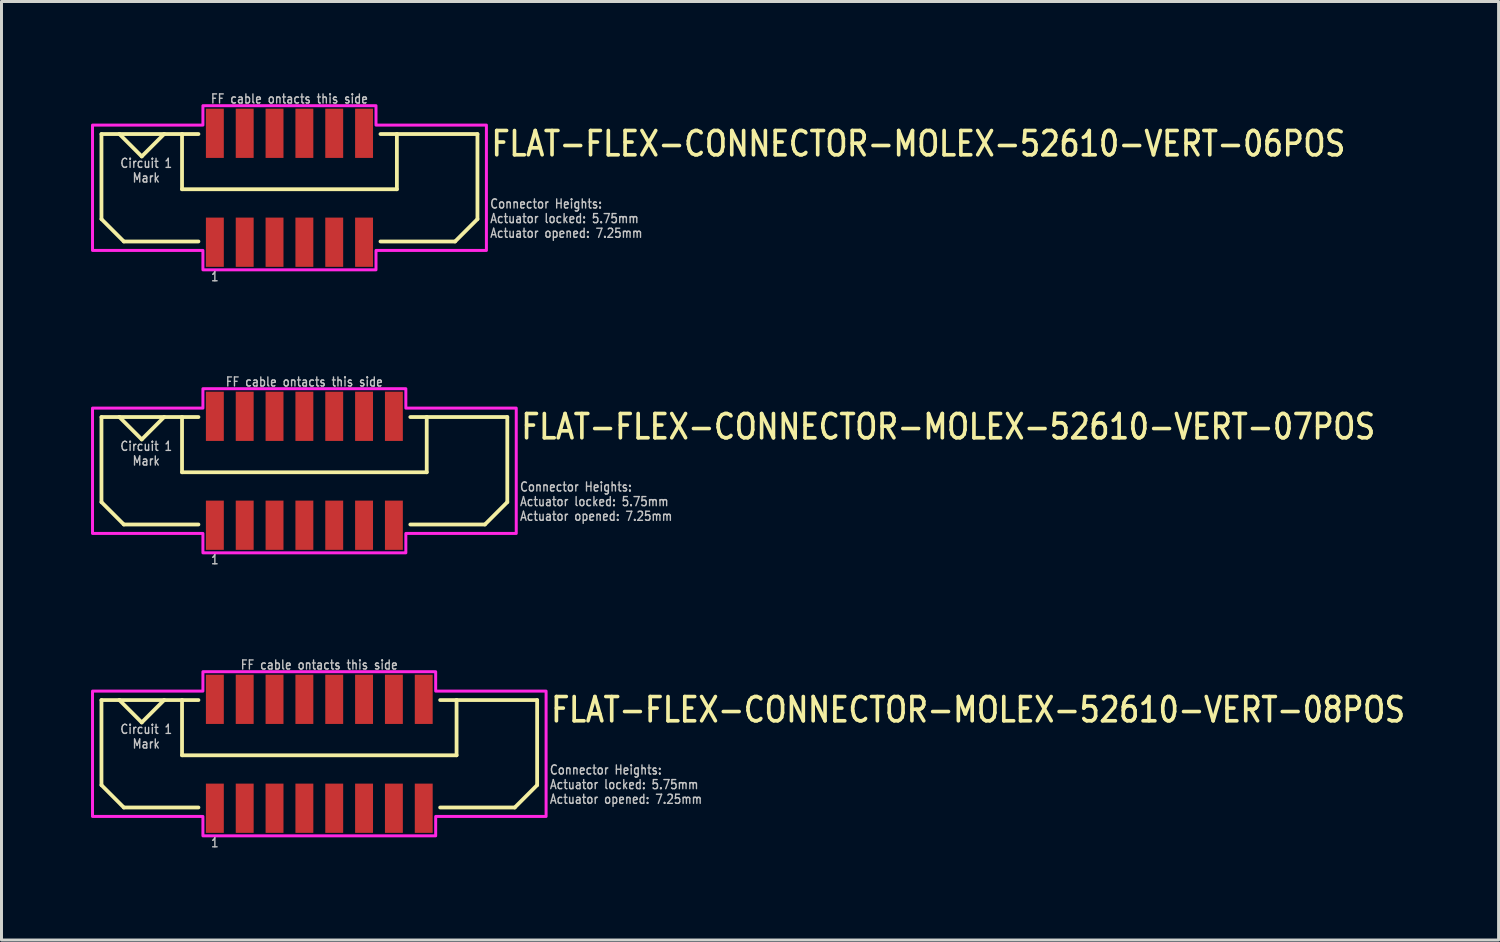
<source format=kicad_pcb>
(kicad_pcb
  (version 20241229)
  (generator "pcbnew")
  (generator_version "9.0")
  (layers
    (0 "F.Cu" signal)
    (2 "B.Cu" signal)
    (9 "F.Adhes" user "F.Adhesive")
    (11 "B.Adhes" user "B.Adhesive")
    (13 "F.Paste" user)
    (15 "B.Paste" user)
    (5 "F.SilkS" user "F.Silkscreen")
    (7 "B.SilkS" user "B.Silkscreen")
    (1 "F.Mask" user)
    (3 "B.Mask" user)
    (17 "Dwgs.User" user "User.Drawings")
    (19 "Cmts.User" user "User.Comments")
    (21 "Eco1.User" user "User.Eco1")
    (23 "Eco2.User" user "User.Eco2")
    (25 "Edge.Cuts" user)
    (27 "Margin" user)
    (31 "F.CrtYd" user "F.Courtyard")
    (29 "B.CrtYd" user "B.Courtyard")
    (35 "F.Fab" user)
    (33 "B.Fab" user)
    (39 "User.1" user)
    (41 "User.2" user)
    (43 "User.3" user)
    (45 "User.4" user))
  (footprint "FLAT-FLEX-CONNECTOR-MOLEX-52610-VERT-08POS"
    (layer "F.Cu")
    (at 7.65 22.21)
    (property "Reference" "FLAT-FLEX-CONNECTOR-MOLEX-52610-VERT-08POS" (at 7.7 -1 0) (unlocked yes) (layer "F.SilkS") (effects (font (size 0.813 0.695) (thickness 0.122)) (justify left bottom)))
    (fp_line (start -7.3 -1.8) (end -7.3 1.05) (stroke (width 0.127) (type solid)) (layer "F.SilkS"))
    (fp_line (start -7.3 1.05) (end -6.55 1.8) (stroke (width 0.127) (type solid)) (layer "F.SilkS"))
    (fp_line (start -6.7 -1.8) (end -7.3 -1.8) (stroke (width 0.127) (type solid)) (layer "F.SilkS"))
    (fp_line (start -6.7 -1.8) (end -5.95 -1.05) (stroke (width 0.127) (type solid)) (layer "F.SilkS"))
    (fp_line (start -6.55 1.8) (end -4.05 1.8) (stroke (width 0.127) (type solid)) (layer "F.SilkS"))
    (fp_line (start -5.95 -1.05) (end -5.2 -1.8) (stroke (width 0.127) (type solid)) (layer "F.SilkS"))
    (fp_line (start -5.2 -1.8) (end -6.7 -1.8) (stroke (width 0.127) (type solid)) (layer "F.SilkS"))
    (fp_line (start -4.6 -1.8) (end -5.2 -1.8) (stroke (width 0.127) (type solid)) (layer "F.SilkS"))
    (fp_line (start -4.6 -1.8) (end -4.6 0.05) (stroke (width 0.127) (type solid)) (layer "F.SilkS"))
    (fp_line (start -4.6 0.05) (end 4.6 0.05) (stroke (width 0.127) (type solid)) (layer "F.SilkS"))
    (fp_line (start -4.05 -1.8) (end -4.6 -1.8) (stroke (width 0.127) (type solid)) (layer "F.SilkS"))
    (fp_line (start 4.05 -1.8) (end 4.6 -1.8) (stroke (width 0.127) (type solid)) (layer "F.SilkS"))
    (fp_line (start 4.6 -1.8) (end 7.3 -1.8) (stroke (width 0.127) (type solid)) (layer "F.SilkS"))
    (fp_line (start 4.6 0.05) (end 4.6 -1.8) (stroke (width 0.127) (type solid)) (layer "F.SilkS"))
    (fp_line (start 6.55 1.8) (end 4.05 1.8) (stroke (width 0.127) (type solid)) (layer "F.SilkS"))
    (fp_line (start 7.3 -1.8) (end 7.3 1.05) (stroke (width 0.127) (type solid)) (layer "F.SilkS"))
    (fp_line (start 7.3 1.05) (end 6.55 1.8) (stroke (width 0.127) (type solid)) (layer "F.SilkS"))
    (fp_poly (pts (xy -7.6 -2.1) (xy -3.9 -2.1) (xy -3.9 -2.75) (xy 3.9 -2.75) (xy 3.9 -2.1) (xy 7.6 -2.1) (xy 7.6 2.1) (xy 3.9 2.1) (xy 3.9 2.75) (xy -3.9 2.75) (xy -3.9 2.1) (xy -7.6 2.1)) (stroke (width 0.1) (type solid)) (fill no) (layer "F.CrtYd"))
    (fp_text user "FF cable ontacts this side" (at 0 -2.8 0) (unlocked yes) (layer "Dwgs.User") (effects (font (size 0.305 0.261) (thickness 0.046)) (justify bottom)))
    (fp_text user "1" (at -3.5 2.8 0) (unlocked yes) (layer "Dwgs.User") (effects (font (size 0.305 0.261) (thickness 0.046)) (justify top)))
    (fp_text user "Circuit 1\nMark" (at -5.8 -1 0) (unlocked yes) (layer "Dwgs.User") (effects (font (size 0.305 0.261) (thickness 0.046)) (justify top)))
    (fp_text user "Connector Heights:\nActuator locked: 5.75mm\nActuator opened: 7.25mm" (at 7.7 1.7 0) (unlocked yes) (layer "Dwgs.User") (effects (font (size 0.305 0.261) (thickness 0.046)) (justify left bottom)))
    (pad "PC1" smd rect (at -3.5 -1.825) (size 0.6 1.65) (layers "F.Cu" "F.Mask" "F.Paste"))
    (pad "PC2" smd rect (at -2.5 -1.825) (size 0.6 1.65) (layers "F.Cu" "F.Mask" "F.Paste"))
    (pad "PC3" smd rect (at -1.5 -1.825) (size 0.6 1.65) (layers "F.Cu" "F.Mask" "F.Paste"))
    (pad "PC4" smd rect (at -0.5 -1.825) (size 0.6 1.65) (layers "F.Cu" "F.Mask" "F.Paste"))
    (pad "PC5" smd rect (at 0.5 -1.825) (size 0.6 1.65) (layers "F.Cu" "F.Mask" "F.Paste"))
    (pad "PC6" smd rect (at 1.5 -1.825) (size 0.6 1.65) (layers "F.Cu" "F.Mask" "F.Paste"))
    (pad "PC7" smd rect (at 2.5 -1.825) (size 0.6 1.65) (layers "F.Cu" "F.Mask" "F.Paste"))
    (pad "PC8" smd rect (at 3.5 -1.825) (size 0.6 1.65) (layers "F.Cu" "F.Mask" "F.Paste"))
    (pad "PS1" smd rect (at -3.5 1.825) (size 0.6 1.65) (layers "F.Cu" "F.Mask" "F.Paste"))
    (pad "PS2" smd rect (at -2.5 1.825) (size 0.6 1.65) (layers "F.Cu" "F.Mask" "F.Paste"))
    (pad "PS3" smd rect (at -1.5 1.825) (size 0.6 1.65) (layers "F.Cu" "F.Mask" "F.Paste"))
    (pad "PS4" smd rect (at -0.5 1.825) (size 0.6 1.65) (layers "F.Cu" "F.Mask" "F.Paste"))
    (pad "PS5" smd rect (at 0.5 1.825) (size 0.6 1.65) (layers "F.Cu" "F.Mask" "F.Paste"))
    (pad "PS6" smd rect (at 1.5 1.825) (size 0.6 1.65) (layers "F.Cu" "F.Mask" "F.Paste"))
    (pad "PS7" smd rect (at 2.5 1.825) (size 0.6 1.65) (layers "F.Cu" "F.Mask" "F.Paste"))
    (pad "PS8" smd rect (at 3.5 1.825) (size 0.6 1.65) (layers "F.Cu" "F.Mask" "F.Paste")))
  (footprint "FLAT-FLEX-CONNECTOR-MOLEX-52610-VERT-06POS"
    (layer "F.Cu")
    (at 6.65 3.242)
    (property "Reference" "FLAT-FLEX-CONNECTOR-MOLEX-52610-VERT-06POS" (at 6.7 -1 0) (unlocked yes) (layer "F.SilkS") (effects (font (size 0.813 0.695) (thickness 0.122)) (justify left bottom)))
    (fp_line (start -6.3 -1.8) (end -6.3 1.05) (stroke (width 0.127) (type solid)) (layer "F.SilkS"))
    (fp_line (start -6.3 1.05) (end -5.55 1.8) (stroke (width 0.127) (type solid)) (layer "F.SilkS"))
    (fp_line (start -5.7 -1.8) (end -6.3 -1.8) (stroke (width 0.127) (type solid)) (layer "F.SilkS"))
    (fp_line (start -5.7 -1.8) (end -4.95 -1.05) (stroke (width 0.127) (type solid)) (layer "F.SilkS"))
    (fp_line (start -5.55 1.8) (end -3.05 1.8) (stroke (width 0.127) (type solid)) (layer "F.SilkS"))
    (fp_line (start -4.95 -1.05) (end -4.2 -1.8) (stroke (width 0.127) (type solid)) (layer "F.SilkS"))
    (fp_line (start -4.2 -1.8) (end -5.7 -1.8) (stroke (width 0.127) (type solid)) (layer "F.SilkS"))
    (fp_line (start -3.6 -1.8) (end -4.2 -1.8) (stroke (width 0.127) (type solid)) (layer "F.SilkS"))
    (fp_line (start -3.6 -1.8) (end -3.6 0.05) (stroke (width 0.127) (type solid)) (layer "F.SilkS"))
    (fp_line (start -3.6 0.05) (end 3.6 0.05) (stroke (width 0.127) (type solid)) (layer "F.SilkS"))
    (fp_line (start -3.05 -1.8) (end -3.6 -1.8) (stroke (width 0.127) (type solid)) (layer "F.SilkS"))
    (fp_line (start 3.05 -1.8) (end 3.6 -1.8) (stroke (width 0.127) (type solid)) (layer "F.SilkS"))
    (fp_line (start 3.6 -1.8) (end 6.3 -1.8) (stroke (width 0.127) (type solid)) (layer "F.SilkS"))
    (fp_line (start 3.6 0.05) (end 3.6 -1.8) (stroke (width 0.127) (type solid)) (layer "F.SilkS"))
    (fp_line (start 5.55 1.8) (end 3.05 1.8) (stroke (width 0.127) (type solid)) (layer "F.SilkS"))
    (fp_line (start 6.3 -1.8) (end 6.3 1.05) (stroke (width 0.127) (type solid)) (layer "F.SilkS"))
    (fp_line (start 6.3 1.05) (end 5.55 1.8) (stroke (width 0.127) (type solid)) (layer "F.SilkS"))
    (fp_poly (pts (xy -6.6 -2.1) (xy -2.9 -2.1) (xy -2.9 -2.75) (xy 2.9 -2.75) (xy 2.9 -2.1) (xy 6.6 -2.1) (xy 6.6 2.1) (xy 2.9 2.1) (xy 2.9 2.75) (xy -2.9 2.75) (xy -2.9 2.1) (xy -6.6 2.1)) (stroke (width 0.1) (type solid)) (fill no) (layer "F.CrtYd"))
    (fp_text user "Circuit 1\nMark" (at -4.8 -1 0) (unlocked yes) (layer "Dwgs.User") (effects (font (size 0.305 0.261) (thickness 0.046)) (justify top)))
    (fp_text user "1" (at -2.5 2.8 0) (unlocked yes) (layer "Dwgs.User") (effects (font (size 0.305 0.261) (thickness 0.046)) (justify top)))
    (fp_text user "Connector Heights:\nActuator locked: 5.75mm\nActuator opened: 7.25mm" (at 6.7 1.7 0) (unlocked yes) (layer "Dwgs.User") (effects (font (size 0.305 0.261) (thickness 0.046)) (justify left bottom)))
    (fp_text user "FF cable ontacts this side" (at 0 -2.8 0) (unlocked yes) (layer "Dwgs.User") (effects (font (size 0.305 0.261) (thickness 0.046)) (justify bottom)))
    (pad "PC1" smd rect (at -2.5 -1.825) (size 0.6 1.65) (layers "F.Cu" "F.Mask" "F.Paste"))
    (pad "PC2" smd rect (at -1.5 -1.825) (size 0.6 1.65) (layers "F.Cu" "F.Mask" "F.Paste"))
    (pad "PC3" smd rect (at -0.5 -1.825) (size 0.6 1.65) (layers "F.Cu" "F.Mask" "F.Paste"))
    (pad "PC4" smd rect (at 0.5 -1.825) (size 0.6 1.65) (layers "F.Cu" "F.Mask" "F.Paste"))
    (pad "PC5" smd rect (at 1.5 -1.825) (size 0.6 1.65) (layers "F.Cu" "F.Mask" "F.Paste"))
    (pad "PC6" smd rect (at 2.5 -1.825) (size 0.6 1.65) (layers "F.Cu" "F.Mask" "F.Paste"))
    (pad "PS1" smd rect (at -2.5 1.825) (size 0.6 1.65) (layers "F.Cu" "F.Mask" "F.Paste"))
    (pad "PS2" smd rect (at -1.5 1.825) (size 0.6 1.65) (layers "F.Cu" "F.Mask" "F.Paste"))
    (pad "PS3" smd rect (at -0.5 1.825) (size 0.6 1.65) (layers "F.Cu" "F.Mask" "F.Paste"))
    (pad "PS4" smd rect (at 0.5 1.825) (size 0.6 1.65) (layers "F.Cu" "F.Mask" "F.Paste"))
    (pad "PS5" smd rect (at 1.5 1.825) (size 0.6 1.65) (layers "F.Cu" "F.Mask" "F.Paste"))
    (pad "PS6" smd rect (at 2.5 1.825) (size 0.6 1.65) (layers "F.Cu" "F.Mask" "F.Paste")))
  (footprint "FLAT-FLEX-CONNECTOR-MOLEX-52610-VERT-07POS"
    (layer "F.Cu")
    (at 7.15 12.726)
    (property "Reference" "FLAT-FLEX-CONNECTOR-MOLEX-52610-VERT-07POS" (at 7.2 -1 0) (unlocked yes) (layer "F.SilkS") (effects (font (size 0.813 0.695) (thickness 0.122)) (justify left bottom)))
    (fp_line (start -6.8 -1.8) (end -6.8 1.05) (stroke (width 0.127) (type solid)) (layer "F.SilkS"))
    (fp_line (start -6.8 1.05) (end -6.05 1.8) (stroke (width 0.127) (type solid)) (layer "F.SilkS"))
    (fp_line (start -6.2 -1.8) (end -6.8 -1.8) (stroke (width 0.127) (type solid)) (layer "F.SilkS"))
    (fp_line (start -6.2 -1.8) (end -5.45 -1.05) (stroke (width 0.127) (type solid)) (layer "F.SilkS"))
    (fp_line (start -6.05 1.8) (end -3.55 1.8) (stroke (width 0.127) (type solid)) (layer "F.SilkS"))
    (fp_line (start -5.45 -1.05) (end -4.7 -1.8) (stroke (width 0.127) (type solid)) (layer "F.SilkS"))
    (fp_line (start -4.7 -1.8) (end -6.2 -1.8) (stroke (width 0.127) (type solid)) (layer "F.SilkS"))
    (fp_line (start -4.1 -1.8) (end -4.7 -1.8) (stroke (width 0.127) (type solid)) (layer "F.SilkS"))
    (fp_line (start -4.1 -1.8) (end -4.1 0.05) (stroke (width 0.127) (type solid)) (layer "F.SilkS"))
    (fp_line (start -4.1 0.05) (end 4.1 0.05) (stroke (width 0.127) (type solid)) (layer "F.SilkS"))
    (fp_line (start -3.55 -1.8) (end -4.1 -1.8) (stroke (width 0.127) (type solid)) (layer "F.SilkS"))
    (fp_line (start 3.55 -1.8) (end 4.1 -1.8) (stroke (width 0.127) (type solid)) (layer "F.SilkS"))
    (fp_line (start 4.1 -1.8) (end 6.8 -1.8) (stroke (width 0.127) (type solid)) (layer "F.SilkS"))
    (fp_line (start 4.1 0.05) (end 4.1 -1.8) (stroke (width 0.127) (type solid)) (layer "F.SilkS"))
    (fp_line (start 6.05 1.8) (end 3.55 1.8) (stroke (width 0.127) (type solid)) (layer "F.SilkS"))
    (fp_line (start 6.8 -1.8) (end 6.8 1.05) (stroke (width 0.127) (type solid)) (layer "F.SilkS"))
    (fp_line (start 6.8 1.05) (end 6.05 1.8) (stroke (width 0.127) (type solid)) (layer "F.SilkS"))
    (fp_poly (pts (xy -7.1 -2.1) (xy -3.4 -2.1) (xy -3.4 -2.75) (xy 3.4 -2.75) (xy 3.4 -2.1) (xy 7.1 -2.1) (xy 7.1 2.1) (xy 3.4 2.1) (xy 3.4 2.75) (xy -3.4 2.75) (xy -3.4 2.1) (xy -7.1 2.1)) (stroke (width 0.1) (type solid)) (fill no) (layer "F.CrtYd"))
    (fp_text user "1" (at -3 2.8 0) (unlocked yes) (layer "Dwgs.User") (effects (font (size 0.305 0.261) (thickness 0.046)) (justify top)))
    (fp_text user "Connector Heights:\nActuator locked: 5.75mm\nActuator opened: 7.25mm" (at 7.2 1.7 0) (unlocked yes) (layer "Dwgs.User") (effects (font (size 0.305 0.261) (thickness 0.046)) (justify left bottom)))
    (fp_text user "FF cable ontacts this side" (at 0 -2.8 0) (unlocked yes) (layer "Dwgs.User") (effects (font (size 0.305 0.261) (thickness 0.046)) (justify bottom)))
    (fp_text user "Circuit 1\nMark" (at -5.3 -1 0) (unlocked yes) (layer "Dwgs.User") (effects (font (size 0.305 0.261) (thickness 0.046)) (justify top)))
    (pad "PC1" smd rect (at -3 -1.825) (size 0.6 1.65) (layers "F.Cu" "F.Mask" "F.Paste"))
    (pad "PC2" smd rect (at -2 -1.825) (size 0.6 1.65) (layers "F.Cu" "F.Mask" "F.Paste"))
    (pad "PC3" smd rect (at -1 -1.825) (size 0.6 1.65) (layers "F.Cu" "F.Mask" "F.Paste"))
    (pad "PC4" smd rect (at 0 -1.825) (size 0.6 1.65) (layers "F.Cu" "F.Mask" "F.Paste"))
    (pad "PC5" smd rect (at 1 -1.825) (size 0.6 1.65) (layers "F.Cu" "F.Mask" "F.Paste"))
    (pad "PC6" smd rect (at 2 -1.825) (size 0.6 1.65) (layers "F.Cu" "F.Mask" "F.Paste"))
    (pad "PC7" smd rect (at 3 -1.825) (size 0.6 1.65) (layers "F.Cu" "F.Mask" "F.Paste"))
    (pad "PS1" smd rect (at -3 1.825) (size 0.6 1.65) (layers "F.Cu" "F.Mask" "F.Paste"))
    (pad "PS2" smd rect (at -2 1.825) (size 0.6 1.65) (layers "F.Cu" "F.Mask" "F.Paste"))
    (pad "PS3" smd rect (at -1 1.825) (size 0.6 1.65) (layers "F.Cu" "F.Mask" "F.Paste"))
    (pad "PS4" smd rect (at 0 1.825) (size 0.6 1.65) (layers "F.Cu" "F.Mask" "F.Paste"))
    (pad "PS5" smd rect (at 1 1.825) (size 0.6 1.65) (layers "F.Cu" "F.Mask" "F.Paste"))
    (pad "PS6" smd rect (at 2 1.825) (size 0.6 1.65) (layers "F.Cu" "F.Mask" "F.Paste"))
    (pad "PS7" smd rect (at 3 1.825) (size 0.6 1.65) (layers "F.Cu" "F.Mask" "F.Paste")))
  (gr_rect
    (start -3 -3)
    (end 47.169 28.452)
    (stroke (width 0.1) (type default))
    (fill no)
    (layer "Edge.Cuts")))
</source>
